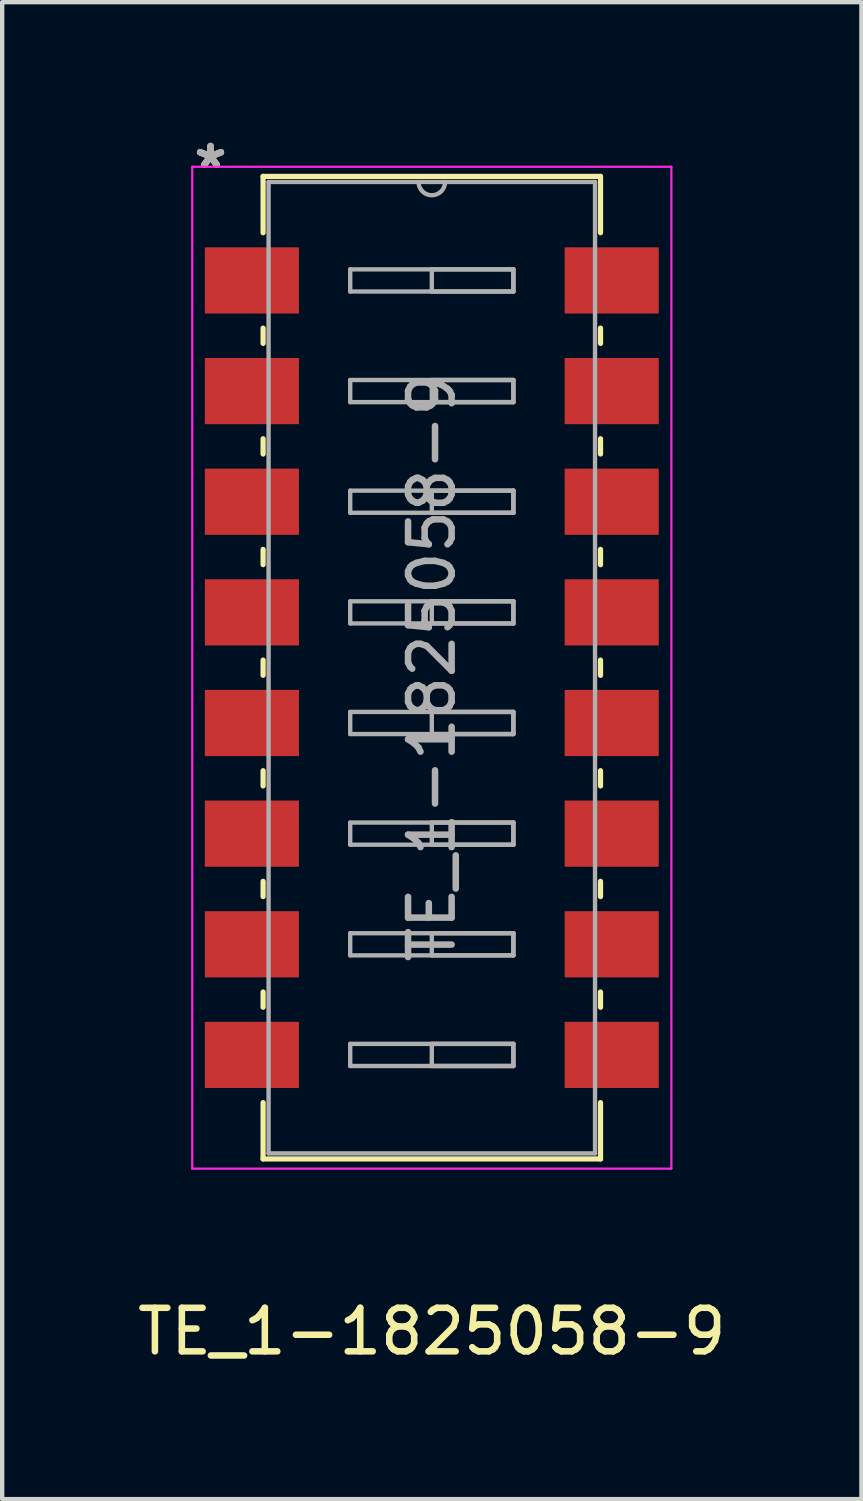
<source format=kicad_pcb>
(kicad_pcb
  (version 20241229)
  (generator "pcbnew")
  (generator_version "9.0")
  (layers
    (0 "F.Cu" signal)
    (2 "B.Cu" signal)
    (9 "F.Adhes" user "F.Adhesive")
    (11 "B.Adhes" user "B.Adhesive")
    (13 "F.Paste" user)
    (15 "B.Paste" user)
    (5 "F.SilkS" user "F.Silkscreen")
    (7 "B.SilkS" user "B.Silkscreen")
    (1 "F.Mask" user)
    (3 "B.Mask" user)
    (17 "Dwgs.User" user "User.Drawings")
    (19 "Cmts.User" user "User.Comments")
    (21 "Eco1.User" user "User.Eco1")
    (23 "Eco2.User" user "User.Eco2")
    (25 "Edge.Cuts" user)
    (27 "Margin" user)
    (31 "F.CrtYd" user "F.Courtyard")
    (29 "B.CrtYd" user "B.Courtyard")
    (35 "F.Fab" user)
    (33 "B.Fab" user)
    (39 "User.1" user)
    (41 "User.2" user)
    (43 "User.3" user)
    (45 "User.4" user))
  (footprint "TE_1-1825058-9"
    (layer "F.Cu")
    (at 6.863 12.278)
    (property "Reference" "TE_1-1825058-9" (at 0 15.24 0) (layer "F.SilkS") (effects (font (size 1 1) (thickness 0.15))))
    (attr smd)
    (fp_line (start -3.873 -11.278) (end -3.873 -9.985) (stroke (width 0.12) (type solid)) (layer "F.SilkS"))
    (fp_line (start -3.873 -7.795) (end -3.873 -7.445) (stroke (width 0.12) (type solid)) (layer "F.SilkS"))
    (fp_line (start -3.873 -5.255) (end -3.873 -4.905) (stroke (width 0.12) (type solid)) (layer "F.SilkS"))
    (fp_line (start -3.873 -2.715) (end -3.873 -2.365) (stroke (width 0.12) (type solid)) (layer "F.SilkS"))
    (fp_line (start -3.873 -0.175) (end -3.873 0.175) (stroke (width 0.12) (type solid)) (layer "F.SilkS"))
    (fp_line (start -3.873 2.365) (end -3.873 2.715) (stroke (width 0.12) (type solid)) (layer "F.SilkS"))
    (fp_line (start -3.873 4.905) (end -3.873 5.255) (stroke (width 0.12) (type solid)) (layer "F.SilkS"))
    (fp_line (start -3.873 7.445) (end -3.873 7.795) (stroke (width 0.12) (type solid)) (layer "F.SilkS"))
    (fp_line (start -3.873 9.985) (end -3.873 11.278) (stroke (width 0.12) (type solid)) (layer "F.SilkS"))
    (fp_line (start -3.873 11.278) (end 3.873 11.278) (stroke (width 0.12) (type solid)) (layer "F.SilkS"))
    (fp_line (start 3.873 -11.278) (end -3.873 -11.278) (stroke (width 0.12) (type solid)) (layer "F.SilkS"))
    (fp_line (start 3.873 -9.985) (end 3.873 -11.278) (stroke (width 0.12) (type solid)) (layer "F.SilkS"))
    (fp_line (start 3.873 -7.445) (end 3.873 -7.795) (stroke (width 0.12) (type solid)) (layer "F.SilkS"))
    (fp_line (start 3.873 -4.905) (end 3.873 -5.255) (stroke (width 0.12) (type solid)) (layer "F.SilkS"))
    (fp_line (start 3.873 -2.365) (end 3.873 -2.715) (stroke (width 0.12) (type solid)) (layer "F.SilkS"))
    (fp_line (start 3.873 0.175) (end 3.873 -0.175) (stroke (width 0.12) (type solid)) (layer "F.SilkS"))
    (fp_line (start 3.873 2.715) (end 3.873 2.365) (stroke (width 0.12) (type solid)) (layer "F.SilkS"))
    (fp_line (start 3.873 5.255) (end 3.873 4.905) (stroke (width 0.12) (type solid)) (layer "F.SilkS"))
    (fp_line (start 3.873 7.795) (end 3.873 7.445) (stroke (width 0.12) (type solid)) (layer "F.SilkS"))
    (fp_line (start 3.873 11.278) (end 3.873 9.985) (stroke (width 0.12) (type solid)) (layer "F.SilkS"))
    (fp_line (start -5.5 -11.5) (end -5.5 11.5) (stroke (width 0.05) (type solid)) (layer "F.CrtYd"))
    (fp_line (start -5.5 11.5) (end 5.5 11.5) (stroke (width 0.05) (type solid)) (layer "F.CrtYd"))
    (fp_line (start 5.5 -11.5) (end -5.5 -11.5) (stroke (width 0.05) (type solid)) (layer "F.CrtYd"))
    (fp_line (start 5.5 11.5) (end 5.5 -11.5) (stroke (width 0.05) (type solid)) (layer "F.CrtYd"))
    (fp_line (start -3.747 -11.151) (end -3.747 11.151) (stroke (width 0.1) (type solid)) (layer "F.Fab"))
    (fp_line (start -3.747 11.151) (end 3.747 11.151) (stroke (width 0.1) (type solid)) (layer "F.Fab"))
    (fp_line (start -1.873 -9.144) (end 1.873 -9.144) (stroke (width 0.1) (type solid)) (layer "F.Fab"))
    (fp_line (start -1.873 -8.636) (end -1.873 -9.144) (stroke (width 0.1) (type solid)) (layer "F.Fab"))
    (fp_line (start -1.873 -6.604) (end 1.873 -6.604) (stroke (width 0.1) (type solid)) (layer "F.Fab"))
    (fp_line (start -1.873 -6.096) (end -1.873 -6.604) (stroke (width 0.1) (type solid)) (layer "F.Fab"))
    (fp_line (start -1.873 -4.064) (end 1.873 -4.064) (stroke (width 0.1) (type solid)) (layer "F.Fab"))
    (fp_line (start -1.873 -3.556) (end -1.873 -4.064) (stroke (width 0.1) (type solid)) (layer "F.Fab"))
    (fp_line (start -1.873 -1.524) (end 1.873 -1.524) (stroke (width 0.1) (type solid)) (layer "F.Fab"))
    (fp_line (start -1.873 -1.016) (end -1.873 -1.524) (stroke (width 0.1) (type solid)) (layer "F.Fab"))
    (fp_line (start -1.873 1.016) (end 1.873 1.016) (stroke (width 0.1) (type solid)) (layer "F.Fab"))
    (fp_line (start -1.873 1.524) (end -1.873 1.016) (stroke (width 0.1) (type solid)) (layer "F.Fab"))
    (fp_line (start -1.873 3.556) (end 1.873 3.556) (stroke (width 0.1) (type solid)) (layer "F.Fab"))
    (fp_line (start -1.873 4.064) (end -1.873 3.556) (stroke (width 0.1) (type solid)) (layer "F.Fab"))
    (fp_line (start -1.873 6.096) (end 1.873 6.096) (stroke (width 0.1) (type solid)) (layer "F.Fab"))
    (fp_line (start -1.873 6.604) (end -1.873 6.096) (stroke (width 0.1) (type solid)) (layer "F.Fab"))
    (fp_line (start -1.873 8.636) (end 1.873 8.636) (stroke (width 0.1) (type solid)) (layer "F.Fab"))
    (fp_line (start -1.873 9.144) (end -1.873 8.636) (stroke (width 0.1) (type solid)) (layer "F.Fab"))
    (fp_line (start 0 -9.144) (end 1.873 -9.144) (stroke (width 0.1) (type solid)) (layer "F.Fab"))
    (fp_line (start 0 -8.636) (end 0 -9.144) (stroke (width 0.1) (type solid)) (layer "F.Fab"))
    (fp_line (start 0 -6.604) (end 1.873 -6.604) (stroke (width 0.1) (type solid)) (layer "F.Fab"))
    (fp_line (start 0 -6.096) (end 0 -6.604) (stroke (width 0.1) (type solid)) (layer "F.Fab"))
    (fp_line (start 0 -4.064) (end 1.873 -4.064) (stroke (width 0.1) (type solid)) (layer "F.Fab"))
    (fp_line (start 0 -3.556) (end 0 -4.064) (stroke (width 0.1) (type solid)) (layer "F.Fab"))
    (fp_line (start 0 -1.524) (end 1.873 -1.524) (stroke (width 0.1) (type solid)) (layer "F.Fab"))
    (fp_line (start 0 -1.016) (end 0 -1.524) (stroke (width 0.1) (type solid)) (layer "F.Fab"))
    (fp_line (start 0 1.016) (end 1.873 1.016) (stroke (width 0.1) (type solid)) (layer "F.Fab"))
    (fp_line (start 0 1.524) (end 0 1.016) (stroke (width 0.1) (type solid)) (layer "F.Fab"))
    (fp_line (start 0 3.556) (end 1.873 3.556) (stroke (width 0.1) (type solid)) (layer "F.Fab"))
    (fp_line (start 0 4.064) (end 0 3.556) (stroke (width 0.1) (type solid)) (layer "F.Fab"))
    (fp_line (start 0 6.096) (end 1.873 6.096) (stroke (width 0.1) (type solid)) (layer "F.Fab"))
    (fp_line (start 0 6.604) (end 0 6.096) (stroke (width 0.1) (type solid)) (layer "F.Fab"))
    (fp_line (start 0 8.636) (end 1.873 8.636) (stroke (width 0.1) (type solid)) (layer "F.Fab"))
    (fp_line (start 0 9.144) (end 0 8.636) (stroke (width 0.1) (type solid)) (layer "F.Fab"))
    (fp_line (start 1.873 -9.144) (end 1.873 -8.636) (stroke (width 0.1) (type solid)) (layer "F.Fab"))
    (fp_line (start 1.873 -9.144) (end 1.873 -8.636) (stroke (width 0.1) (type solid)) (layer "F.Fab"))
    (fp_line (start 1.873 -8.636) (end -1.873 -8.636) (stroke (width 0.1) (type solid)) (layer "F.Fab"))
    (fp_line (start 1.873 -8.636) (end 0 -8.636) (stroke (width 0.1) (type solid)) (layer "F.Fab"))
    (fp_line (start 1.873 -6.604) (end 1.873 -6.096) (stroke (width 0.1) (type solid)) (layer "F.Fab"))
    (fp_line (start 1.873 -6.604) (end 1.873 -6.096) (stroke (width 0.1) (type solid)) (layer "F.Fab"))
    (fp_line (start 1.873 -6.096) (end -1.873 -6.096) (stroke (width 0.1) (type solid)) (layer "F.Fab"))
    (fp_line (start 1.873 -6.096) (end 0 -6.096) (stroke (width 0.1) (type solid)) (layer "F.Fab"))
    (fp_line (start 1.873 -4.064) (end 1.873 -3.556) (stroke (width 0.1) (type solid)) (layer "F.Fab"))
    (fp_line (start 1.873 -4.064) (end 1.873 -3.556) (stroke (width 0.1) (type solid)) (layer "F.Fab"))
    (fp_line (start 1.873 -3.556) (end -1.873 -3.556) (stroke (width 0.1) (type solid)) (layer "F.Fab"))
    (fp_line (start 1.873 -3.556) (end 0 -3.556) (stroke (width 0.1) (type solid)) (layer "F.Fab"))
    (fp_line (start 1.873 -1.524) (end 1.873 -1.016) (stroke (width 0.1) (type solid)) (layer "F.Fab"))
    (fp_line (start 1.873 -1.524) (end 1.873 -1.016) (stroke (width 0.1) (type solid)) (layer "F.Fab"))
    (fp_line (start 1.873 -1.016) (end -1.873 -1.016) (stroke (width 0.1) (type solid)) (layer "F.Fab"))
    (fp_line (start 1.873 -1.016) (end 0 -1.016) (stroke (width 0.1) (type solid)) (layer "F.Fab"))
    (fp_line (start 1.873 1.016) (end 1.873 1.524) (stroke (width 0.1) (type solid)) (layer "F.Fab"))
    (fp_line (start 1.873 1.016) (end 1.873 1.524) (stroke (width 0.1) (type solid)) (layer "F.Fab"))
    (fp_line (start 1.873 1.524) (end -1.873 1.524) (stroke (width 0.1) (type solid)) (layer "F.Fab"))
    (fp_line (start 1.873 1.524) (end 0 1.524) (stroke (width 0.1) (type solid)) (layer "F.Fab"))
    (fp_line (start 1.873 3.556) (end 1.873 4.064) (stroke (width 0.1) (type solid)) (layer "F.Fab"))
    (fp_line (start 1.873 3.556) (end 1.873 4.064) (stroke (width 0.1) (type solid)) (layer "F.Fab"))
    (fp_line (start 1.873 4.064) (end -1.873 4.064) (stroke (width 0.1) (type solid)) (layer "F.Fab"))
    (fp_line (start 1.873 4.064) (end 0 4.064) (stroke (width 0.1) (type solid)) (layer "F.Fab"))
    (fp_line (start 1.873 6.096) (end 1.873 6.604) (stroke (width 0.1) (type solid)) (layer "F.Fab"))
    (fp_line (start 1.873 6.096) (end 1.873 6.604) (stroke (width 0.1) (type solid)) (layer "F.Fab"))
    (fp_line (start 1.873 6.604) (end -1.873 6.604) (stroke (width 0.1) (type solid)) (layer "F.Fab"))
    (fp_line (start 1.873 6.604) (end 0 6.604) (stroke (width 0.1) (type solid)) (layer "F.Fab"))
    (fp_line (start 1.873 8.636) (end 1.873 9.144) (stroke (width 0.1) (type solid)) (layer "F.Fab"))
    (fp_line (start 1.873 8.636) (end 1.873 9.144) (stroke (width 0.1) (type solid)) (layer "F.Fab"))
    (fp_line (start 1.873 9.144) (end -1.873 9.144) (stroke (width 0.1) (type solid)) (layer "F.Fab"))
    (fp_line (start 1.873 9.144) (end 0 9.144) (stroke (width 0.1) (type solid)) (layer "F.Fab"))
    (fp_line (start 3.747 -11.151) (end -3.747 -11.151) (stroke (width 0.1) (type solid)) (layer "F.Fab"))
    (fp_line (start 3.747 11.151) (end 3.747 -11.151) (stroke (width 0.1) (type solid)) (layer "F.Fab"))
    (fp_arc (start 0.3048 -11.1506) (mid 0 -10.8458) (end -0.3048 -11.1506) (stroke (width 0.1) (type solid)) (layer "F.Fab"))
    (fp_text user "*" (at -5.08 -11.43 0) (layer "F.SilkS") (effects (font (size 1 1) (thickness 0.15))))
    (fp_text user "${REFERENCE}" (at 0 0 90) (layer "F.Fab") (effects (font (size 1 1) (thickness 0.15))))
    (fp_text user "*" (at -5.08 -11.43 0) (layer "F.Fab") (effects (font (size 1 1) (thickness 0.15))))
    (pad "1" smd rect (at -4.13 -8.89) (size 2.16 1.52) (layers "F.Cu" "F.Mask" "F.Paste"))
    (pad "2" smd rect (at -4.13 -6.35) (size 2.16 1.52) (layers "F.Cu" "F.Mask" "F.Paste"))
    (pad "3" smd rect (at -4.13 -3.81) (size 2.16 1.52) (layers "F.Cu" "F.Mask" "F.Paste"))
    (pad "4" smd rect (at -4.13 -1.27) (size 2.16 1.52) (layers "F.Cu" "F.Mask" "F.Paste"))
    (pad "5" smd rect (at -4.13 1.27) (size 2.16 1.52) (layers "F.Cu" "F.Mask" "F.Paste"))
    (pad "6" smd rect (at -4.13 3.81) (size 2.16 1.52) (layers "F.Cu" "F.Mask" "F.Paste"))
    (pad "7" smd rect (at -4.13 6.35) (size 2.16 1.52) (layers "F.Cu" "F.Mask" "F.Paste"))
    (pad "8" smd rect (at -4.13 8.89) (size 2.16 1.52) (layers "F.Cu" "F.Mask" "F.Paste"))
    (pad "9" smd rect (at 4.13 8.89) (size 2.16 1.52) (layers "F.Cu" "F.Mask" "F.Paste"))
    (pad "10" smd rect (at 4.13 6.35) (size 2.16 1.52) (layers "F.Cu" "F.Mask" "F.Paste"))
    (pad "11" smd rect (at 4.13 3.81) (size 2.16 1.52) (layers "F.Cu" "F.Mask" "F.Paste"))
    (pad "12" smd rect (at 4.13 1.27) (size 2.16 1.52) (layers "F.Cu" "F.Mask" "F.Paste"))
    (pad "13" smd rect (at 4.13 -1.27) (size 2.16 1.52) (layers "F.Cu" "F.Mask" "F.Paste"))
    (pad "14" smd rect (at 4.13 -3.81) (size 2.16 1.52) (layers "F.Cu" "F.Mask" "F.Paste"))
    (pad "15" smd rect (at 4.13 -6.35) (size 2.16 1.52) (layers "F.Cu" "F.Mask" "F.Paste"))
    (pad "16" smd rect (at 4.13 -8.89) (size 2.16 1.52) (layers "F.Cu" "F.Mask" "F.Paste")))
  (gr_rect
    (start -3 -3)
    (end 16.726 31.366)
    (stroke (width 0.1) (type default))
    (fill no)
    (layer "Edge.Cuts")))
</source>
